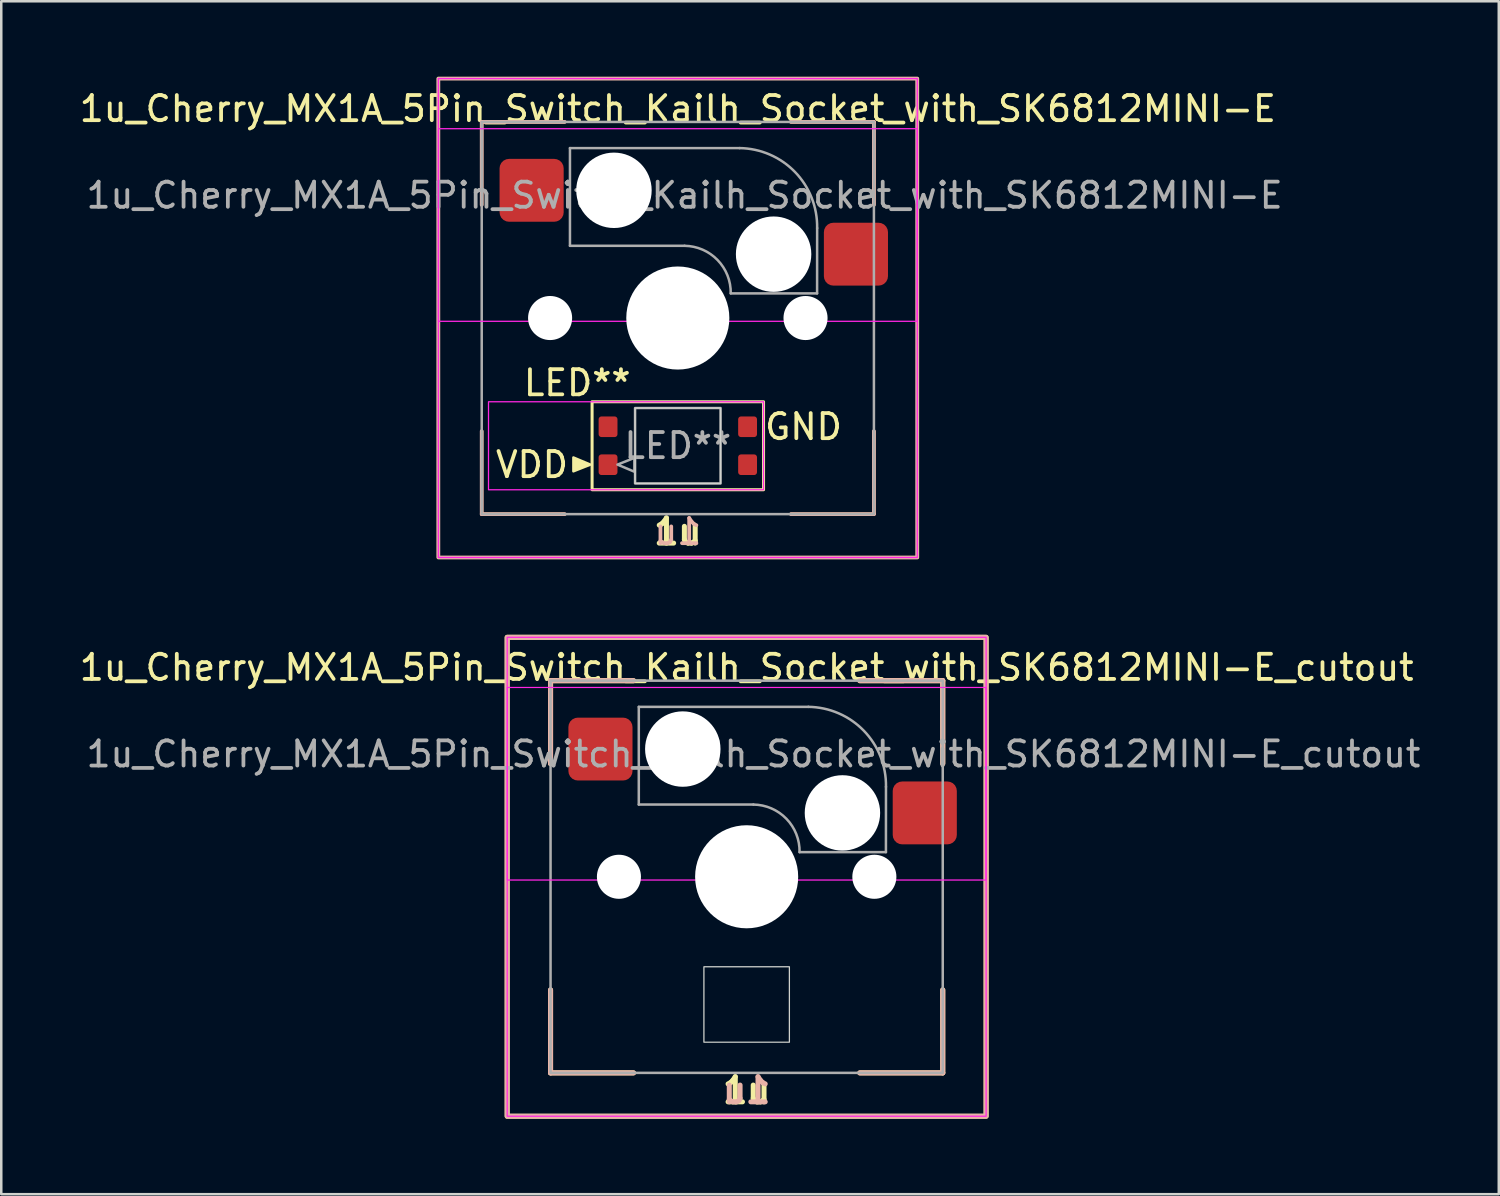
<source format=kicad_pcb>
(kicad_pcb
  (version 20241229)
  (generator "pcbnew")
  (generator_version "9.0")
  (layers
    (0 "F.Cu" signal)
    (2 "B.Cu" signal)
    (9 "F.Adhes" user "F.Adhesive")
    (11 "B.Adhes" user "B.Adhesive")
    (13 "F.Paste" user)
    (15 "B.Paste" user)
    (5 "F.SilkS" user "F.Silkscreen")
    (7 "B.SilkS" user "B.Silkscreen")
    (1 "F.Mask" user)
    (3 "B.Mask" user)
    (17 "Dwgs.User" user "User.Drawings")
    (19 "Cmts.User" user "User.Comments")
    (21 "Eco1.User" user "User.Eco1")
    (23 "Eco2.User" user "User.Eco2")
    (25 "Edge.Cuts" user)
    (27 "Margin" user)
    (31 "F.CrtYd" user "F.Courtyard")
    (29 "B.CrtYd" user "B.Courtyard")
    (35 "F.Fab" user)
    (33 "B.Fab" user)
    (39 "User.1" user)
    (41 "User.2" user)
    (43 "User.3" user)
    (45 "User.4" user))
  (footprint "1u_Cherry_MX1A_5Pin_Switch_Kailh_Socket_with_SK6812MINI-E"
    (layer "F.Cu")
    (at 23.911 9.6)
    (property "Reference" "1u_Cherry_MX1A_5Pin_Switch_Kailh_Socket_with_SK6812MINI-E" (at 0 -8.325 0) (layer "F.SilkS") (effects (font (size 1 1) (thickness 0.15))))
    (property "LED_Reference" "LED**" (at -4 2.58 0) (layer "F.SilkS") (effects (font (size 1 1) (thickness 0.15))))
    (property "Size" "1u" (at 0 8.5 0) (layer "F.SilkS") (effects (font (size 1 1) (thickness 0.2) (bold yes))))
    (attr smd)
    (fp_line (start -7.8 -7.8) (end -7.8 -4.5) (stroke (width 0.12) (type default)) (layer "F.SilkS"))
    (fp_line (start -7.8 -7.8) (end -4.5 -7.8) (stroke (width 0.12) (type default)) (layer "F.SilkS"))
    (fp_line (start -7.8 7.8) (end -7.8 4.5) (stroke (width 0.12) (type solid)) (layer "F.SilkS"))
    (fp_line (start -7.8 7.8) (end -4.5 7.8) (stroke (width 0.12) (type default)) (layer "F.SilkS"))
    (fp_line (start 7.8 -7.8) (end 4.5 -7.8) (stroke (width 0.12) (type default)) (layer "F.SilkS"))
    (fp_line (start 7.8 -7.8) (end 7.8 -4.5) (stroke (width 0.12) (type default)) (layer "F.SilkS"))
    (fp_line (start 7.8 7.8) (end 4.5 7.8) (stroke (width 0.12) (type default)) (layer "F.SilkS"))
    (fp_line (start 7.8 7.8) (end 7.8 4.5) (stroke (width 0.12) (type default)) (layer "F.SilkS"))
    (fp_rect (start -9.525 -9.525) (end 9.525 9.525) (stroke (width 0.12) (type default)) (fill no) (layer "F.SilkS"))
    (fp_rect (start -3.41 3.33) (end 3.41 6.83) (stroke (width 0.12) (type default)) (fill no) (layer "F.SilkS"))
    (fp_poly (pts (xy -3.48 5.83) (xy -4.153 5.547) (xy -4.153 5.55) (xy -4.153 6.097)) (stroke (width 0.1) (type solid)) (fill yes) (layer "F.SilkS"))
    (fp_line (start -7.8 -7.8) (end -7.8 -4.5) (stroke (width 0.15) (type default)) (layer "B.SilkS"))
    (fp_line (start -7.8 -7.8) (end -4.5 -7.8) (stroke (width 0.15) (type default)) (layer "B.SilkS"))
    (fp_line (start -7.8 7.8) (end -7.8 4.5) (stroke (width 0.15) (type default)) (layer "B.SilkS"))
    (fp_line (start -7.8 7.8) (end -4.5 7.8) (stroke (width 0.15) (type default)) (layer "B.SilkS"))
    (fp_line (start 7.8 -7.8) (end 4.5 -7.8) (stroke (width 0.15) (type default)) (layer "B.SilkS"))
    (fp_line (start 7.8 -7.8) (end 7.8 -4.5) (stroke (width 0.15) (type default)) (layer "B.SilkS"))
    (fp_line (start 7.8 7.8) (end 4.5 7.8) (stroke (width 0.15) (type default)) (layer "B.SilkS"))
    (fp_line (start 7.8 7.8) (end 7.8 4.5) (stroke (width 0.15) (type default)) (layer "B.SilkS"))
    (fp_rect (start -9.525 -9.525) (end 9.525 9.525) (stroke (width 0.15) (type default)) (fill no) (layer "B.SilkS"))
    (fp_rect (start -1.7 3.58) (end 1.7 6.58) (stroke (width 0.05) (type default)) (fill no) (layer "Edge.Cuts"))
    (fp_rect (start -9.525 -9.525) (end 9.525 9.525) (stroke (width 0.05) (type default)) (fill no) (layer "F.CrtYd"))
    (fp_rect (start -9.52 -7.53) (end 9.52 0.13) (stroke (width 0.05) (type default)) (fill no) (layer "F.CrtYd"))
    (fp_rect (start -7.53 3.33) (end 3.41 6.83) (stroke (width 0.05) (type default)) (fill no) (layer "F.CrtYd"))
    (fp_line (start -4.29 -2.873) (end -4.29 -6.759) (stroke (width 0.1) (type default)) (layer "F.Fab"))
    (fp_line (start 0.269 -2.873) (end -4.29 -2.873) (stroke (width 0.1) (type default)) (layer "F.Fab"))
    (fp_line (start 2.455 -6.759) (end -4.29 -6.759) (stroke (width 0.1) (type default)) (layer "F.Fab"))
    (fp_line (start 5.54 -0.98) (end 2.105 -0.98) (stroke (width 0.1) (type default)) (layer "F.Fab"))
    (fp_line (start 5.54 -0.98) (end 5.542 -3.577) (stroke (width 0.1) (type default)) (layer "F.Fab"))
    (fp_rect (start -7.8 -7.8) (end 7.8 7.8) (stroke (width 0.1) (type default)) (fill no) (layer "F.Fab"))
    (fp_rect (start -1.7 3.58) (end 1.7 6.58) (stroke (width 0.1) (type default)) (fill no) (layer "F.Fab"))
    (fp_arc (start 0.268782 -2.872715) (mid 1.580341 -2.308063) (end 2.105 -0.98) (stroke (width 0.1) (type default)) (layer "F.Fab"))
    (fp_arc (start 2.45495 -6.759322) (mid 4.66 -5.81) (end 5.542076 -3.577199) (stroke (width 0.1) (type default)) (layer "F.Fab"))
    (fp_poly (pts (xy -2.4 5.83) (xy -1.727 6.113) (xy -1.727 6.11) (xy -1.727 5.563)) (stroke (width 0.1) (type solid)) (fill no) (layer "F.Fab"))
    (fp_text user "VDD" (at -5.8 5.835 0) (unlocked yes) (layer "F.SilkS") (effects (font (size 1 1) (thickness 0.15))))
    (fp_text user "GND" (at 5 4.325 0) (unlocked yes) (layer "F.SilkS") (effects (font (size 1 1) (thickness 0.15))))
    (fp_text user "${Size}" (at 0 8.5 0) (unlocked yes) (layer "B.SilkS") (effects (font (size 1 1) (thickness 0.15)) (justify mirror)))
    (fp_text user "${REFERENCE}" (at 0.269 -4.88 0) (layer "F.Fab") (effects (font (size 1 1) (thickness 0.15))))
    (fp_text user "${LED_Reference}" (at 0 5.08 0) (unlocked yes) (layer "F.Fab") (effects (font (size 1 1) (thickness 0.15))))
    (pad "" np_thru_hole circle (at -5.08 0) (size 1.753 1.753) (drill 1.753) (layers "*.Cu" "*.Mask"))
    (pad "" np_thru_hole circle (at -2.54 -5.08) (size 3 3) (drill 3) (layers "*.Cu" "*.Mask"))
    (pad "" np_thru_hole circle (at 0 0) (size 4.1 4.1) (drill 4.1) (layers "*.Cu" "*.Mask"))
    (pad "" np_thru_hole circle (at 3.81 -2.54) (size 3 3) (drill 3) (layers "*.Cu" "*.Mask"))
    (pad "" np_thru_hole circle (at 5.08 0) (size 1.753 1.753) (drill 1.753) (layers "*.Cu" "*.Mask"))
    (pad "1" smd roundrect (at -2.775 5.835) (size 0.75 0.82) (layers "F.Cu" "F.Mask" "F.Paste") (roundrect_rratio 0.15))
    (pad "2" smd roundrect (at -2.775 4.325) (size 0.75 0.82) (layers "F.Cu" "F.Mask" "F.Paste") (roundrect_rratio 0.15))
    (pad "3" smd roundrect (at 2.775 4.325) (size 0.75 0.82) (layers "F.Cu" "F.Mask" "F.Paste") (roundrect_rratio 0.15))
    (pad "4" smd roundrect (at 2.775 5.835) (size 0.75 0.82) (layers "F.Cu" "F.Mask" "F.Paste") (roundrect_rratio 0.15))
    (pad "5" smd roundrect (at -5.815 -5.08) (size 2.55 2.5) (layers "F.Cu" "F.Mask" "F.Paste") (roundrect_rratio 0.15))
    (pad "6" smd roundrect (at 7.085 -2.54) (size 2.55 2.5) (layers "F.Cu" "F.Mask" "F.Paste") (roundrect_rratio 0.15)))
  (footprint "1u_Cherry_MX1A_5Pin_Switch_Kailh_Socket_with_SK6812MINI-E_cutout"
    (layer "F.Cu")
    (at 26.649 31.825)
    (property "Reference" "1u_Cherry_MX1A_5Pin_Switch_Kailh_Socket_with_SK6812MINI-E_cutout" (at 0 -8.325 0) (layer "F.SilkS") (effects (font (size 1 1) (thickness 0.15))))
    (property "Size" "1u" (at 0 8.5 0) (layer "F.SilkS") (effects (font (size 1 1) (thickness 0.2) (bold yes))))
    (attr smd)
    (fp_line (start -7.8 -7.8) (end -7.8 -4.5) (stroke (width 0.2) (type default)) (layer "F.SilkS"))
    (fp_line (start -7.8 -7.8) (end -4.5 -7.8) (stroke (width 0.2) (type default)) (layer "F.SilkS"))
    (fp_line (start -7.8 7.8) (end -7.8 4.5) (stroke (width 0.2) (type solid)) (layer "F.SilkS"))
    (fp_line (start -7.8 7.8) (end -4.5 7.8) (stroke (width 0.2) (type default)) (layer "F.SilkS"))
    (fp_line (start 7.8 -7.8) (end 4.5 -7.8) (stroke (width 0.2) (type default)) (layer "F.SilkS"))
    (fp_line (start 7.8 -7.8) (end 7.8 -4.5) (stroke (width 0.2) (type default)) (layer "F.SilkS"))
    (fp_line (start 7.8 7.8) (end 4.5 7.8) (stroke (width 0.2) (type default)) (layer "F.SilkS"))
    (fp_line (start 7.8 7.8) (end 7.8 4.5) (stroke (width 0.2) (type default)) (layer "F.SilkS"))
    (fp_rect (start -9.525 -9.525) (end 9.525 9.525) (stroke (width 0.2) (type default)) (fill no) (layer "F.SilkS"))
    (fp_line (start -7.8 -7.8) (end -7.8 -4.5) (stroke (width 0.2) (type default)) (layer "B.SilkS"))
    (fp_line (start -7.8 -7.8) (end -4.5 -7.8) (stroke (width 0.2) (type default)) (layer "B.SilkS"))
    (fp_line (start -7.8 7.8) (end -7.8 4.5) (stroke (width 0.2) (type default)) (layer "B.SilkS"))
    (fp_line (start -7.8 7.8) (end -4.5 7.8) (stroke (width 0.2) (type default)) (layer "B.SilkS"))
    (fp_line (start 7.8 -7.8) (end 4.5 -7.8) (stroke (width 0.2) (type default)) (layer "B.SilkS"))
    (fp_line (start 7.8 -7.8) (end 7.8 -4.5) (stroke (width 0.2) (type default)) (layer "B.SilkS"))
    (fp_line (start 7.8 7.8) (end 4.5 7.8) (stroke (width 0.2) (type default)) (layer "B.SilkS"))
    (fp_line (start 7.8 7.8) (end 7.8 4.5) (stroke (width 0.2) (type default)) (layer "B.SilkS"))
    (fp_rect (start -9.525 -9.525) (end 9.525 9.525) (stroke (width 0.2) (type default)) (fill no) (layer "B.SilkS"))
    (fp_rect (start -1.7 3.58) (end 1.7 6.58) (stroke (width 0.05) (type default)) (fill no) (layer "Edge.Cuts"))
    (fp_rect (start -9.525 -9.525) (end 9.525 9.525) (stroke (width 0.05) (type default)) (fill no) (layer "F.CrtYd"))
    (fp_rect (start -9.52 -7.53) (end 9.52 0.13) (stroke (width 0.05) (type default)) (fill no) (layer "F.CrtYd"))
    (fp_line (start -4.29 -2.873) (end -4.29 -6.759) (stroke (width 0.1) (type default)) (layer "F.Fab"))
    (fp_line (start 0.269 -2.873) (end -4.29 -2.873) (stroke (width 0.1) (type default)) (layer "F.Fab"))
    (fp_line (start 2.455 -6.759) (end -4.29 -6.759) (stroke (width 0.1) (type default)) (layer "F.Fab"))
    (fp_line (start 5.54 -0.98) (end 2.105 -0.98) (stroke (width 0.1) (type default)) (layer "F.Fab"))
    (fp_line (start 5.54 -0.98) (end 5.542 -3.577) (stroke (width 0.1) (type default)) (layer "F.Fab"))
    (fp_rect (start -7.8 -7.8) (end 7.8 7.8) (stroke (width 0.1) (type default)) (fill no) (layer "F.Fab"))
    (fp_arc (start 0.268782 -2.872715) (mid 1.580341 -2.308063) (end 2.105 -0.98) (stroke (width 0.1) (type default)) (layer "F.Fab"))
    (fp_arc (start 2.45495 -6.759322) (mid 4.66 -5.81) (end 5.542076 -3.577199) (stroke (width 0.1) (type default)) (layer "F.Fab"))
    (fp_text user "${Size}" (at 0 8.5 0) (unlocked yes) (layer "B.SilkS") (effects (font (size 1 1) (thickness 0.2) (bold yes)) (justify mirror)))
    (fp_text user "${REFERENCE}" (at 0.269 -4.88 0) (layer "F.Fab") (effects (font (size 1 1) (thickness 0.15))))
    (pad "" np_thru_hole circle (at -5.08 0) (size 1.753 1.753) (drill 1.753) (layers "*.Cu" "*.Mask"))
    (pad "" np_thru_hole circle (at -2.54 -5.08) (size 3 3) (drill 3) (layers "*.Cu" "*.Mask"))
    (pad "" np_thru_hole circle (at 0 0) (size 4.1 4.1) (drill 4.1) (layers "*.Cu" "*.Mask"))
    (pad "" np_thru_hole circle (at 3.81 -2.54) (size 3 3) (drill 3) (layers "*.Cu" "*.Mask"))
    (pad "" np_thru_hole circle (at 5.08 0) (size 1.753 1.753) (drill 1.753) (layers "*.Cu" "*.Mask"))
    (pad "1" smd roundrect (at -5.815 -5.08) (size 2.55 2.5) (layers "F.Cu" "F.Mask" "F.Paste") (roundrect_rratio 0.15))
    (pad "2" smd roundrect (at 7.085 -2.54) (size 2.55 2.5) (layers "F.Cu" "F.Mask" "F.Paste") (roundrect_rratio 0.15)))
  (gr_rect
    (start -3 -3)
    (end 56.566 44.45)
    (stroke (width 0.1) (type default))
    (fill no)
    (layer "Edge.Cuts")))
</source>
